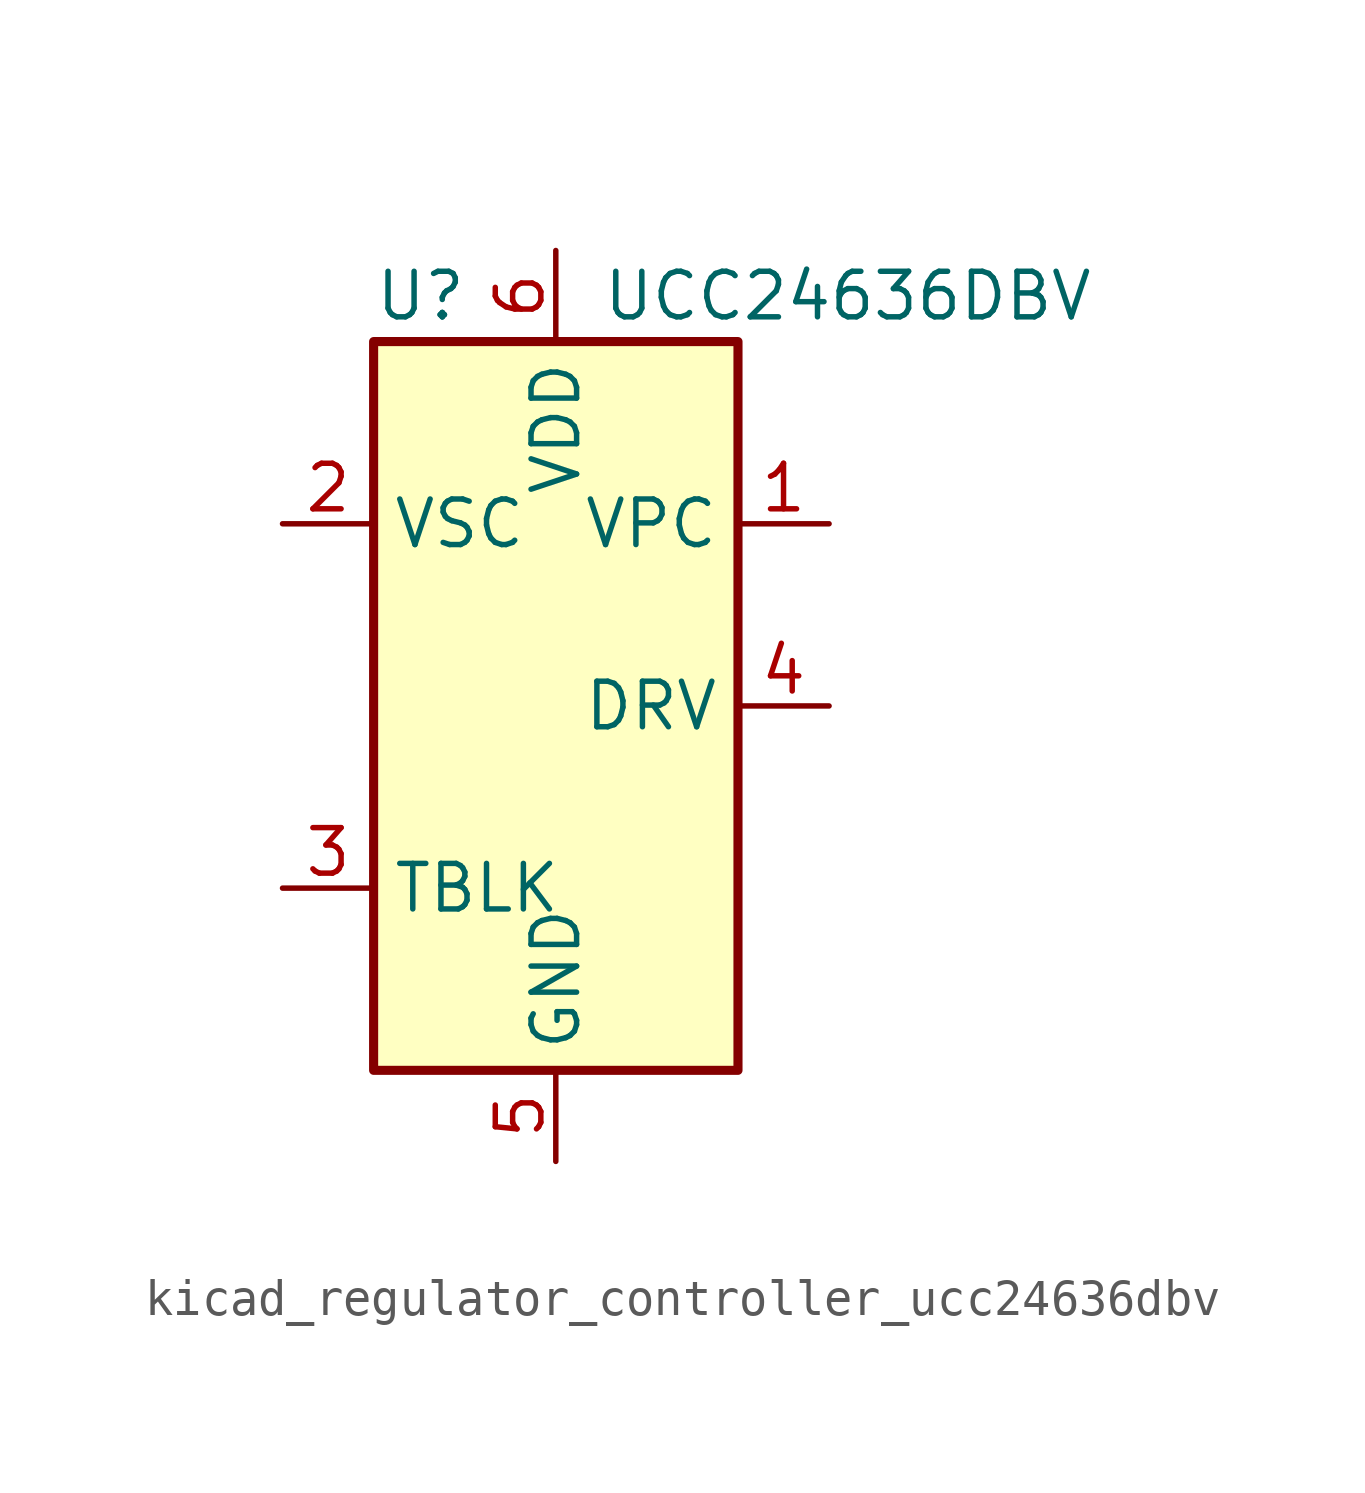
<source format=kicad_sym>
(kicad_symbol_lib
  (version 20220914)
  (generator kicad_symbol_editor)
  (symbol "kicad_regulator_controller_ucc24636dbv"
    (property "Reference" "U"
      (at -5.08 11.43 0)
      (effects (font (size 1.27 1.27)) (justify left)))
    (property "Value" "UCC24636DBV"
      (at 1.27 11.43 0)
      (effects (font (size 1.27 1.27)) (justify left)))
    (symbol "kicad_regulator_controller_ucc24636dbv_0_1"
      (rectangle (start -5.08 -10.16) (end 5.08 10.16) (stroke (width 0.254) (type default)) (fill (type background))))
    (symbol "kicad_regulator_controller_ucc24636dbv_1_1"
      (pin input line (at 7.62 5.08 180) (length 2.54) (name "VPC" (effects (font (size 1.27 1.27)))) (number "1" (effects (font (size 1.27 1.27)))))
      (pin input line (at -7.62 5.08 0) (length 2.54) (name "VSC" (effects (font (size 1.27 1.27)))) (number "2" (effects (font (size 1.27 1.27)))))
      (pin passive line (at -7.62 -5.08 0) (length 2.54) (name "TBLK" (effects (font (size 1.27 1.27)))) (number "3" (effects (font (size 1.27 1.27)))))
      (pin output line (at 7.62 0 180) (length 2.54) (name "DRV" (effects (font (size 1.27 1.27)))) (number "4" (effects (font (size 1.27 1.27)))))
      (pin power_in line (at 0 -12.7 90) (length 2.54) (name "GND" (effects (font (size 1.27 1.27)))) (number "5" (effects (font (size 1.27 1.27)))))
      (pin power_in line (at 0 12.7 270) (length 2.54) (name "VDD" (effects (font (size 1.27 1.27)))) (number "6" (effects (font (size 1.27 1.27))))))))
</source>
